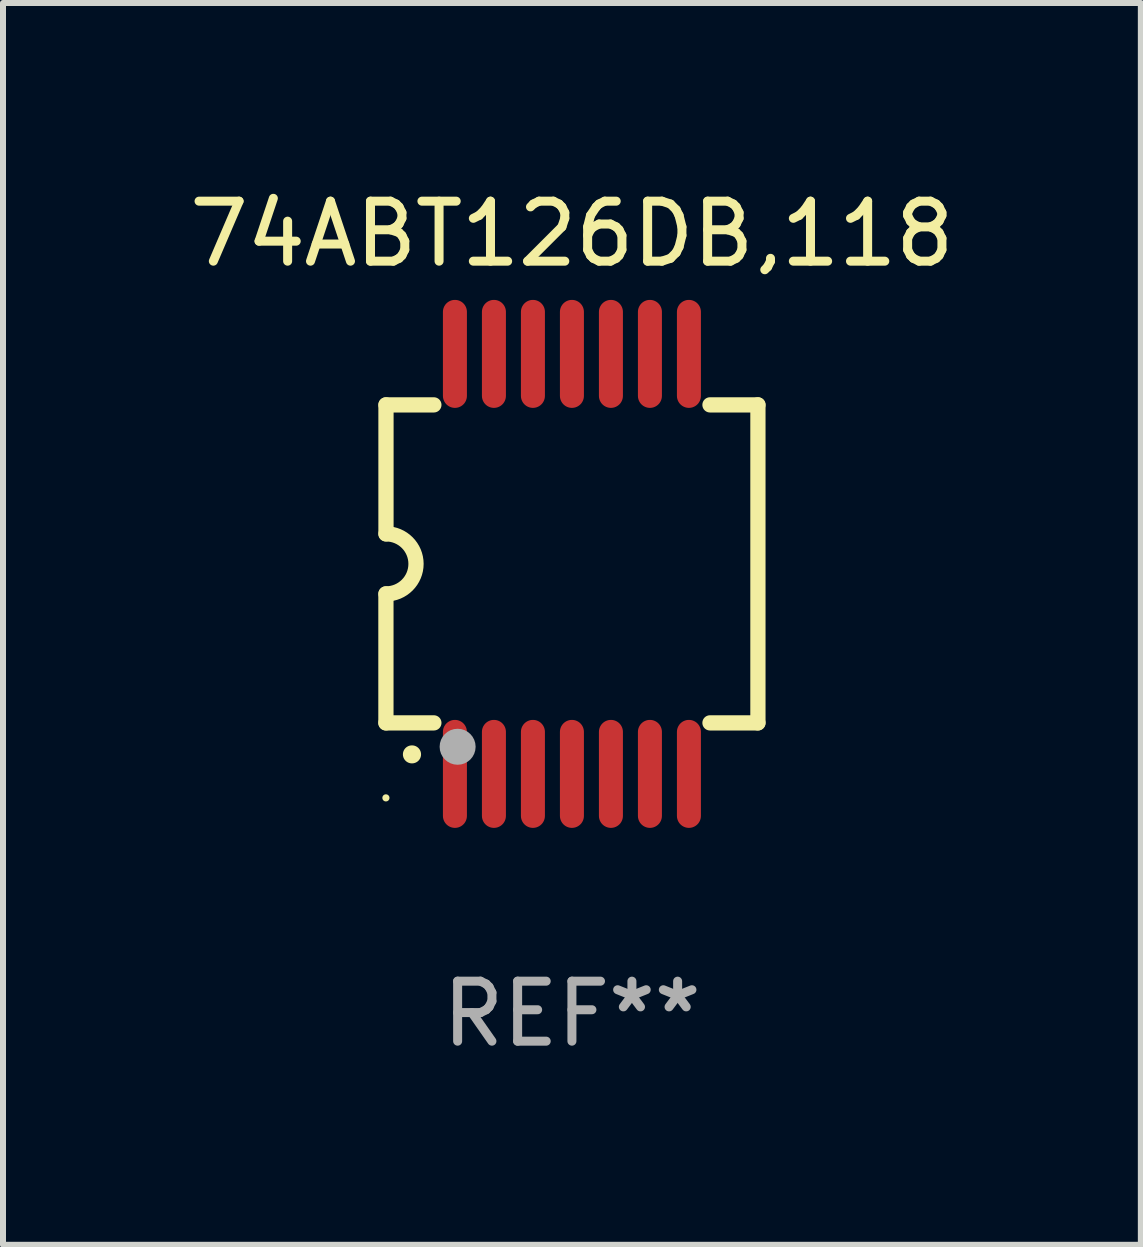
<source format=kicad_pcb>
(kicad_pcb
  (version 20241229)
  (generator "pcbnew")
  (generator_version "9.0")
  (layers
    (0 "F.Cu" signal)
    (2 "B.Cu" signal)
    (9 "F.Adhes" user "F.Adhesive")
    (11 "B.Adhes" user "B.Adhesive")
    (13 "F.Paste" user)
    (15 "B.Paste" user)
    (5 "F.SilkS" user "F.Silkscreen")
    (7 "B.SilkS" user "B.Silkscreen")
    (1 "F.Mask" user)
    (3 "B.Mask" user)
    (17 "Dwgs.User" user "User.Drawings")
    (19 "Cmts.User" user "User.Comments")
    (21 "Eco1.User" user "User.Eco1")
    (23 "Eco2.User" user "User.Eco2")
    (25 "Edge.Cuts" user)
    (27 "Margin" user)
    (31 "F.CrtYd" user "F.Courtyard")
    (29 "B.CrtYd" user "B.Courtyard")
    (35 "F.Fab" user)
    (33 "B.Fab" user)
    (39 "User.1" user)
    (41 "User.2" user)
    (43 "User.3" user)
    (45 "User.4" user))
  (footprint "74ABT126DB,118"
    (layer "F.Cu")
    (at 6.482 6.348)
    (property "Reference" "74ABT126DB,118" (at 0 -5.5 0) (layer "F.SilkS") (effects (font (size 1 1) (thickness 0.15))))
    (attr through_hole)
    (fp_line (start -3.1 2.65) (end -3.1 0.5) (stroke (width 0.254) (type solid)) (layer "F.SilkS"))
    (fp_line (start -3.099 -2.65) (end -2.301 -2.65) (stroke (width 0.254) (type solid)) (layer "F.SilkS"))
    (fp_line (start -3.099 -0.5) (end -3.099 -2.65) (stroke (width 0.254) (type solid)) (layer "F.SilkS"))
    (fp_line (start -2.301 2.65) (end -3.1 2.65) (stroke (width 0.254) (type solid)) (layer "F.SilkS"))
    (fp_line (start 2.301 -2.65) (end 3.1 -2.65) (stroke (width 0.254) (type solid)) (layer "F.SilkS"))
    (fp_line (start 3.1 -2.65) (end 3.1 2.65) (stroke (width 0.254) (type solid)) (layer "F.SilkS"))
    (fp_line (start 3.1 2.65) (end 2.301 2.65) (stroke (width 0.254) (type solid)) (layer "F.SilkS"))
    (fp_arc (start -3.098806 -0.500381) (mid -2.598806 0) (end -3.098806 0.500381) (stroke (width 0.254001) (type solid)) (layer "F.SilkS"))
    (fp_arc (start -2.667005 3.175006) (mid -2.665735 3.175001) (end -2.664465 3.175006) (stroke (width 0.3) (type solid)) (layer "F.SilkS"))
    (fp_circle (center -3.1 3.9) (end -3.07 3.9) (stroke (width 0.06) (type solid)) (fill no) (layer "F.SilkS"))
    (fp_circle (center -1.905 3.048) (end -1.755 3.048) (stroke (width 0.3) (type solid)) (fill no) (layer "F.Fab"))
    (fp_text user "REF**" (at 0 7.5 0) (layer "F.Fab") (effects (font (size 1 1) (thickness 0.15))))
    (pad "1" smd oval (at -1.95 3.5 270) (size 1.8 0.4) (layers "F.Cu" "F.Mask" "F.Paste"))
    (pad "2" smd oval (at -1.3 3.5 270) (size 1.8 0.4) (layers "F.Cu" "F.Mask" "F.Paste"))
    (pad "3" smd oval (at -0.65 3.5 270) (size 1.8 0.4) (layers "F.Cu" "F.Mask" "F.Paste"))
    (pad "4" smd oval (at 0 3.5 270) (size 1.8 0.4) (layers "F.Cu" "F.Mask" "F.Paste"))
    (pad "5" smd oval (at 0.65 3.5 270) (size 1.8 0.4) (layers "F.Cu" "F.Mask" "F.Paste"))
    (pad "6" smd oval (at 1.3 3.5 270) (size 1.8 0.4) (layers "F.Cu" "F.Mask" "F.Paste"))
    (pad "7" smd oval (at 1.95 3.5 270) (size 1.8 0.4) (layers "F.Cu" "F.Mask" "F.Paste"))
    (pad "8" smd oval (at 1.95 -3.5 90) (size 1.8 0.4) (layers "F.Cu" "F.Mask" "F.Paste"))
    (pad "9" smd oval (at 1.3 -3.5 90) (size 1.8 0.4) (layers "F.Cu" "F.Mask" "F.Paste"))
    (pad "10" smd oval (at 0.65 -3.5 90) (size 1.8 0.4) (layers "F.Cu" "F.Mask" "F.Paste"))
    (pad "11" smd oval (at 0 -3.5 90) (size 1.8 0.4) (layers "F.Cu" "F.Mask" "F.Paste"))
    (pad "12" smd oval (at -0.65 -3.5 90) (size 1.8 0.4) (layers "F.Cu" "F.Mask" "F.Paste"))
    (pad "13" smd oval (at -1.3 -3.5 90) (size 1.8 0.4) (layers "F.Cu" "F.Mask" "F.Paste"))
    (pad "14" smd oval (at -1.95 -3.5 90) (size 1.8 0.4) (layers "F.Cu" "F.Mask" "F.Paste")))
  (gr_rect
    (start -3 -3)
    (end 15.964 17.697)
    (stroke (width 0.1) (type default))
    (fill no)
    (layer "Edge.Cuts")))
</source>
